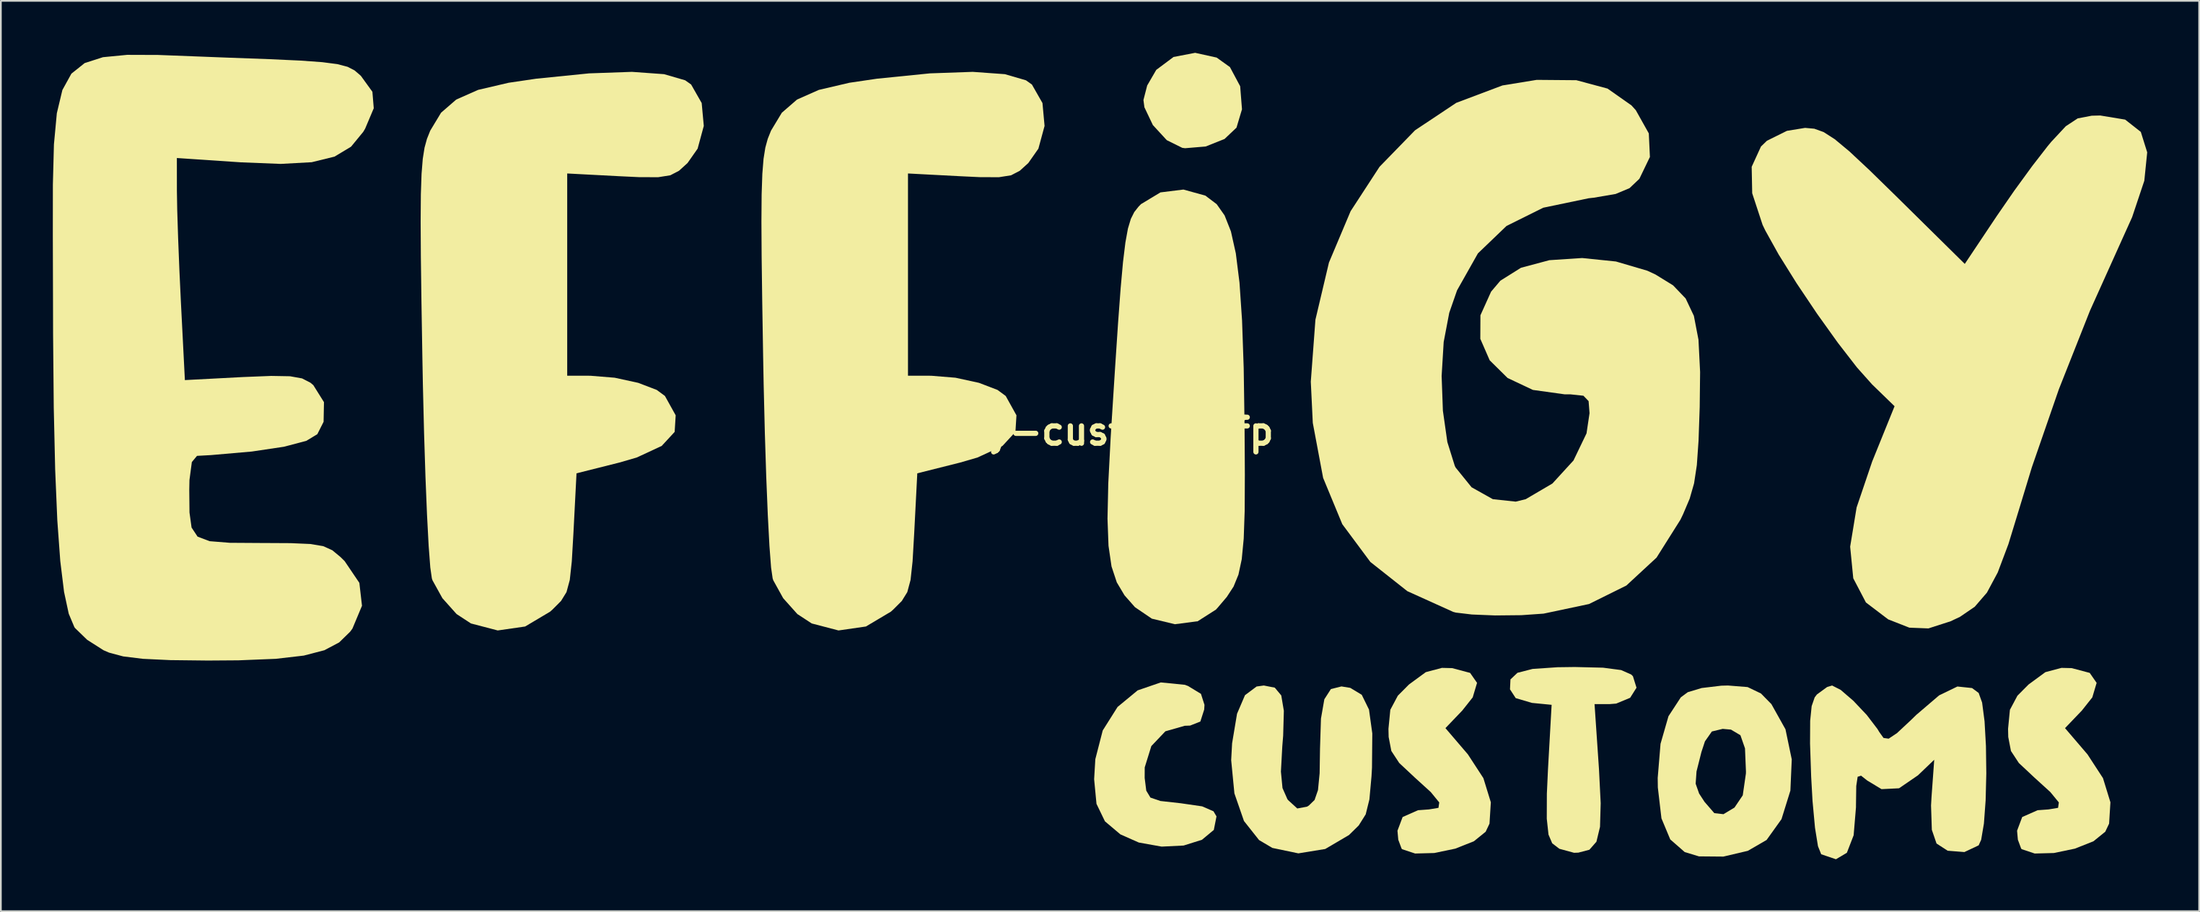
<source format=kicad_pcb>
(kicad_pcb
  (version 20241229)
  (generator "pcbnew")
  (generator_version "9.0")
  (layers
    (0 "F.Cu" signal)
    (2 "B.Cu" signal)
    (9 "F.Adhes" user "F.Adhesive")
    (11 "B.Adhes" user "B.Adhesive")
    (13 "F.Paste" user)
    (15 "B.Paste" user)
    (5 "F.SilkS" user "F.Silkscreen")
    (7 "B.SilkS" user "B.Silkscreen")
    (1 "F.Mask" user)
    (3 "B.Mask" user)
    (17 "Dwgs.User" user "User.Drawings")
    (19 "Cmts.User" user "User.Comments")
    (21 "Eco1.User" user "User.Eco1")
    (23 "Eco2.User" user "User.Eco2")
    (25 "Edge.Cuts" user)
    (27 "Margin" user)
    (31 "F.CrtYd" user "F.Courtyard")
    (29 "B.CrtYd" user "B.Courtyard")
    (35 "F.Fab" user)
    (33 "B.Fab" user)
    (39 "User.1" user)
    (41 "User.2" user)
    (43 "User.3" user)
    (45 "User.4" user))
  (footprint "effigy-customs-fp"
    (layer "F.Cu")
    (at 59.751 21.864)
    (property "Reference" "effigy-customs-fp" (at 0 0 0) (layer "F.SilkS") (effects (font (size 1.5 1.5) (thickness 0.3))))
    (attr board_only exclude_from_pos_files exclude_from_bom)
    (fp_poly (pts (xy 7.446 -21.59) (xy 8.214 -21.04) (xy 8.805 -19.935) (xy 8.91 -18.603) (xy 8.593 -17.544) (xy 7.902 -16.889) (xy 6.811 -16.455) (xy 5.628 -16.356) (xy 5.463 -16.377) (xy 4.567 -16.821) (xy 3.764 -17.693) (xy 3.276 -18.718) (xy 3.22 -19.139) (xy 3.436 -19.977) (xy 3.958 -20.876) (xy 3.961 -20.88) (xy 4.957 -21.624) (xy 6.206 -21.864)) (stroke (width 0) (type solid)) (fill yes) (layer "F.SilkS"))
    (fp_poly (pts (xy 29.757 13.639) (xy 30.8 13.776) (xy 31.381 14.032) (xy 31.482 14.131) (xy 31.689 14.795) (xy 31.322 15.377) (xy 30.516 15.712) (xy 30.151 15.741) (xy 29.266 15.741) (xy 29.522 19.498) (xy 29.621 21.465) (xy 29.582 22.827) (xy 29.375 23.688) (xy 28.969 24.151) (xy 28.333 24.318) (xy 28.083 24.327) (xy 27.235 24.096) (xy 26.822 23.779) (xy 26.608 23.279) (xy 26.508 22.36) (xy 26.513 20.916) (xy 26.578 19.507) (xy 26.788 15.783) (xy 25.65 15.672) (xy 24.714 15.396) (xy 24.384 14.889) (xy 24.411 14.317) (xy 24.814 13.935) (xy 25.689 13.711) (xy 27.13 13.613) (xy 28.129 13.6)) (stroke (width 0) (type solid)) (fill yes) (layer "F.SilkS"))
    (fp_poly (pts (xy 5.613 14.628) (xy 5.798 14.698) (xy 6.541 15.15) (xy 6.745 15.787) (xy 6.727 16.06) (xy 6.506 16.749) (xy 5.913 16.982) (xy 5.605 16.993) (xy 4.487 17.312) (xy 3.676 18.165) (xy 3.294 19.395) (xy 3.291 20.006) (xy 3.383 20.74) (xy 3.624 21.14) (xy 4.199 21.336) (xy 5.292 21.458) (xy 5.363 21.465) (xy 6.61 21.646) (xy 7.265 21.931) (xy 7.438 22.226) (xy 7.284 23.006) (xy 6.598 23.576) (xy 5.54 23.908) (xy 4.27 23.97) (xy 2.951 23.734) (xy 1.888 23.263) (xy 0.997 22.51) (xy 0.509 21.501) (xy 0.373 20.079) (xy 0.442 18.921) (xy 0.869 17.264) (xy 1.725 15.907) (xy 2.885 14.949) (xy 4.223 14.49)) (stroke (width 0) (type solid)) (fill yes) (layer "F.SilkS"))
    (fp_poly (pts (xy 21.043 13.664) (xy 22.082 13.94) (xy 22.482 14.515) (xy 22.232 15.353) (xy 21.63 16.112) (xy 20.657 17.129) (xy 21.955 18.646) (xy 22.848 20.017) (xy 23.278 21.411) (xy 23.201 22.643) (xy 22.98 23.111) (xy 22.302 23.66) (xy 21.229 24.087) (xy 20.013 24.34) (xy 18.907 24.369) (xy 18.163 24.122) (xy 18.126 24.088) (xy 17.934 23.574) (xy 17.887 23.053) (xy 18.185 22.262) (xy 19.073 21.869) (xy 19.705 21.823) (xy 20.255 21.732) (xy 20.299 21.419) (xy 19.809 20.82) (xy 18.885 19.98) (xy 17.989 19.141) (xy 17.534 18.449) (xy 17.378 17.64) (xy 17.367 17.171) (xy 17.474 16.071) (xy 17.908 15.256) (xy 18.549 14.611) (xy 19.523 13.897) (xy 20.452 13.65)) (stroke (width 0) (type solid)) (fill yes) (layer "F.SilkS"))
    (fp_poly (pts (xy 56.817 13.664) (xy 57.857 13.94) (xy 58.256 14.515) (xy 58.007 15.353) (xy 57.405 16.112) (xy 56.431 17.129) (xy 57.73 18.646) (xy 58.623 20.017) (xy 59.052 21.411) (xy 58.976 22.643) (xy 58.754 23.111) (xy 58.076 23.66) (xy 57.004 24.087) (xy 55.788 24.34) (xy 54.682 24.369) (xy 53.938 24.122) (xy 53.9 24.088) (xy 53.709 23.574) (xy 53.662 23.053) (xy 53.959 22.262) (xy 54.848 21.869) (xy 55.48 21.823) (xy 56.03 21.732) (xy 56.074 21.419) (xy 55.583 20.82) (xy 54.659 19.98) (xy 53.764 19.141) (xy 53.309 18.449) (xy 53.153 17.64) (xy 53.142 17.171) (xy 53.249 16.071) (xy 53.683 15.256) (xy 54.324 14.611) (xy 55.297 13.897) (xy 56.227 13.65)) (stroke (width 0) (type solid)) (fill yes) (layer "F.SilkS"))
    (fp_poly (pts (xy 10.803 14.792) (xy 11.178 15.242) (xy 11.327 16.128) (xy 11.287 17.566) (xy 11.237 18.184) (xy 11.158 19.641) (xy 11.249 20.59) (xy 11.53 21.227) (xy 11.574 21.286) (xy 12.102 21.768) (xy 12.657 21.666) (xy 12.768 21.601) (xy 13.101 21.277) (xy 13.298 20.708) (xy 13.393 19.733) (xy 13.415 18.312) (xy 13.47 16.578) (xy 13.665 15.462) (xy 14.044 14.873) (xy 14.653 14.721) (xy 15.162 14.804) (xy 15.825 15.204) (xy 16.243 16.057) (xy 16.434 17.436) (xy 16.416 19.416) (xy 16.388 19.91) (xy 16.267 21.244) (xy 16.053 22.108) (xy 15.651 22.748) (xy 15.089 23.301) (xy 13.716 24.108) (xy 12.165 24.36) (xy 10.663 24.046) (xy 9.895 23.592) (xy 9.024 22.491) (xy 8.472 20.897) (xy 8.286 18.979) (xy 8.339 18.007) (xy 8.624 16.299) (xy 9.083 15.227) (xy 9.754 14.725) (xy 10.17 14.668)) (stroke (width 0) (type solid)) (fill yes) (layer "F.SilkS"))
    (fp_poly (pts (xy 6.794 -13.62) (xy 7.45 -13.124) (xy 7.906 -12.476) (xy 8.271 -11.554) (xy 8.554 -10.285) (xy 8.766 -8.595) (xy 8.914 -6.413) (xy 9.009 -3.663) (xy 9.059 -0.273) (xy 9.059 -0.226) (xy 9.075 2.488) (xy 9.065 4.591) (xy 9.01 6.186) (xy 8.896 7.376) (xy 8.706 8.265) (xy 8.423 8.957) (xy 8.032 9.555) (xy 7.516 10.163) (xy 7.406 10.285) (xy 6.353 10.957) (xy 5.038 11.129) (xy 3.705 10.808) (xy 2.732 10.147) (xy 2.128 9.462) (xy 1.681 8.712) (xy 1.377 7.793) (xy 1.203 6.602) (xy 1.145 5.036) (xy 1.19 2.993) (xy 1.326 0.369) (xy 1.378 -0.47) (xy 1.582 -3.674) (xy 1.753 -6.241) (xy 1.902 -8.25) (xy 2.04 -9.78) (xy 2.178 -10.909) (xy 2.324 -11.714) (xy 2.492 -12.274) (xy 2.689 -12.667) (xy 2.928 -12.972) (xy 3.078 -13.127) (xy 4.202 -13.805) (xy 5.53 -13.969)) (stroke (width 0) (type solid)) (fill yes) (layer "F.SilkS"))
    (fp_poly (pts (xy 38.103 14.758) (xy 38.873 15.127) (xy 39.478 15.743) (xy 40.29 17.195) (xy 40.653 18.933) (xy 40.574 20.736) (xy 40.061 22.385) (xy 39.2 23.587) (xy 38.117 24.214) (xy 36.705 24.546) (xy 35.296 24.534) (xy 34.474 24.286) (xy 33.637 23.555) (xy 33.129 22.339) (xy 32.921 20.558) (xy 32.918 20.338) (xy 35.104 20.338) (xy 35.304 20.906) (xy 35.616 21.385) (xy 36.182 22.038) (xy 36.71 22.098) (xy 37.347 21.715) (xy 37.824 21.008) (xy 38.006 19.748) (xy 38.008 19.625) (xy 37.953 18.297) (xy 37.689 17.539) (xy 37.143 17.214) (xy 36.665 17.172) (xy 36.041 17.322) (xy 35.64 17.893) (xy 35.436 18.513) (xy 35.154 19.631) (xy 35.104 20.338) (xy 32.918 20.338) (xy 32.913 20.005) (xy 33.076 18.035) (xy 33.535 16.441) (xy 34.246 15.352) (xy 34.648 15.054) (xy 35.451 14.813) (xy 36.585 14.678) (xy 36.971 14.668)) (stroke (width 0) (type solid)) (fill yes) (layer "F.SilkS"))
    (fp_poly (pts (xy 43.478 14.921) (xy 44.211 15.552) (xy 44.984 16.37) (xy 45.603 17.181) (xy 45.705 17.351) (xy 45.952 17.696) (xy 46.248 17.738) (xy 46.733 17.413) (xy 47.542 16.658) (xy 47.84 16.367) (xy 49.162 15.237) (xy 50.218 14.726) (xy 51.063 14.815) (xy 51.444 15.097) (xy 51.644 15.653) (xy 51.785 16.736) (xy 51.865 18.162) (xy 51.886 19.744) (xy 51.847 21.298) (xy 51.748 22.638) (xy 51.589 23.578) (xy 51.444 23.897) (xy 50.62 24.285) (xy 49.655 24.208) (xy 49.012 23.791) (xy 48.741 23.002) (xy 48.695 21.597) (xy 48.723 21.105) (xy 48.879 18.954) (xy 47.942 19.852) (xy 46.848 20.602) (xy 45.836 20.652) (xy 45.015 20.157) (xy 44.653 19.873) (xy 44.457 19.938) (xy 44.377 20.47) (xy 44.361 21.59) (xy 44.361 21.696) (xy 44.226 23.316) (xy 43.835 24.326) (xy 43.205 24.7) (xy 42.358 24.414) (xy 42.353 24.411) (xy 42.167 23.947) (xy 41.995 22.882) (xy 41.852 21.328) (xy 41.773 19.924) (xy 41.709 18.02) (xy 41.716 16.706) (xy 41.802 15.858) (xy 41.976 15.354) (xy 42.107 15.183) (xy 42.695 14.755) (xy 42.983 14.668)) (stroke (width 0) (type solid)) (fill yes) (layer "F.SilkS"))
    (fp_poly (pts (xy 59.903 -18.008) (xy 60.807 -17.298) (xy 61.176 -16.119) (xy 61.009 -14.477) (xy 60.305 -12.373) (xy 59.765 -11.177) (xy 57.87 -6.97) (xy 56.075 -2.436) (xy 54.515 2.07) (xy 53.841 4.287) (xy 53.162 6.506) (xy 52.546 8.14) (xy 51.922 9.305) (xy 51.219 10.12) (xy 50.367 10.702) (xy 49.828 10.957) (xy 48.544 11.371) (xy 47.442 11.328) (xy 46.22 10.849) (xy 44.935 9.873) (xy 44.204 8.477) (xy 44.025 6.652) (xy 44.397 4.388) (xy 45.296 1.735) (xy 46.589 -1.458) (xy 45.289 -2.72) (xy 44.416 -3.699) (xy 43.316 -5.12) (xy 42.112 -6.802) (xy 40.93 -8.563) (xy 39.893 -10.224) (xy 39.126 -11.603) (xy 38.968 -11.932) (xy 38.369 -13.755) (xy 38.339 -15.283) (xy 38.875 -16.454) (xy 39.221 -16.788) (xy 40.374 -17.359) (xy 41.423 -17.53) (xy 41.955 -17.482) (xy 42.494 -17.288) (xy 43.137 -16.875) (xy 43.984 -16.17) (xy 45.132 -15.097) (xy 46.662 -13.602) (xy 50.643 -9.675) (xy 52.495 -12.447) (xy 53.498 -13.9) (xy 54.537 -15.326) (xy 55.428 -16.475) (xy 55.642 -16.732) (xy 56.475 -17.625) (xy 57.162 -18.078) (xy 57.973 -18.233) (xy 58.464 -18.245)) (stroke (width 0) (type solid)) (fill yes) (layer "F.SilkS"))
    (fp_poly (pts (xy -24.456 -20.631) (xy -23.241 -20.278) (xy -22.896 -20.034) (xy -22.286 -18.964) (xy -22.165 -17.643) (xy -22.521 -16.331) (xy -23.102 -15.502) (xy -23.597 -15.053) (xy -24.1 -14.792) (xy -24.8 -14.682) (xy -25.885 -14.685) (xy -27.037 -14.739) (xy -30.051 -14.897) (xy -30.051 -9.058) (xy -30.051 -3.22) (xy -28.709 -3.218) (xy -27.309 -3.104) (xy -25.953 -2.809) (xy -24.883 -2.4) (xy -24.409 -2.051) (xy -23.788 -0.934) (xy -23.847 0.024) (xy -24.594 0.833) (xy -26.035 1.503) (xy -27.042 1.795) (xy -29.514 2.416) (xy -29.693 5.89) (xy -29.786 7.5) (xy -29.902 8.571) (xy -30.092 9.275) (xy -30.407 9.786) (xy -30.9 10.28) (xy -31.04 10.405) (xy -32.48 11.261) (xy -34.062 11.489) (xy -35.609 11.085) (xy -36.439 10.542) (xy -37.257 9.627) (xy -37.828 8.596) (xy -37.865 8.485) (xy -37.956 7.853) (xy -38.051 6.601) (xy -38.145 4.825) (xy -38.235 2.62) (xy -38.316 0.081) (xy -38.384 -2.696) (xy -38.414 -4.293) (xy -38.467 -7.511) (xy -38.501 -10.096) (xy -38.513 -12.13) (xy -38.501 -13.694) (xy -38.461 -14.87) (xy -38.391 -15.742) (xy -38.288 -16.39) (xy -38.149 -16.896) (xy -37.97 -17.344) (xy -37.955 -17.378) (xy -37.335 -18.405) (xy -36.457 -19.166) (xy -35.199 -19.723) (xy -33.437 -20.135) (xy -31.839 -20.37) (xy -28.783 -20.678) (xy -26.313 -20.765)) (stroke (width 0) (type solid)) (fill yes) (layer "F.SilkS"))
    (fp_poly (pts (xy -4.78 -20.631) (xy -3.565 -20.278) (xy -3.22 -20.034) (xy -2.61 -18.964) (xy -2.489 -17.643) (xy -2.845 -16.331) (xy -3.426 -15.502) (xy -3.921 -15.053) (xy -4.424 -14.792) (xy -5.124 -14.682) (xy -6.209 -14.685) (xy -7.361 -14.739) (xy -10.375 -14.897) (xy -10.375 -9.058) (xy -10.375 -3.22) (xy -9.033 -3.218) (xy -7.633 -3.104) (xy -6.277 -2.809) (xy -5.207 -2.4) (xy -4.733 -2.051) (xy -4.112 -0.934) (xy -4.171 0.024) (xy -4.918 0.833) (xy -6.359 1.503) (xy -7.366 1.795) (xy -9.838 2.416) (xy -10.017 5.89) (xy -10.11 7.5) (xy -10.226 8.571) (xy -10.415 9.275) (xy -10.731 9.786) (xy -11.224 10.28) (xy -11.364 10.405) (xy -12.804 11.261) (xy -14.386 11.489) (xy -15.933 11.085) (xy -16.763 10.542) (xy -17.581 9.627) (xy -18.152 8.596) (xy -18.189 8.485) (xy -18.28 7.853) (xy -18.375 6.601) (xy -18.469 4.825) (xy -18.559 2.62) (xy -18.64 0.081) (xy -18.708 -2.696) (xy -18.738 -4.293) (xy -18.791 -7.511) (xy -18.825 -10.096) (xy -18.837 -12.13) (xy -18.825 -13.694) (xy -18.785 -14.87) (xy -18.715 -15.742) (xy -18.612 -16.39) (xy -18.473 -16.896) (xy -18.294 -17.344) (xy -18.279 -17.378) (xy -17.659 -18.405) (xy -16.781 -19.166) (xy -15.523 -19.723) (xy -13.761 -20.135) (xy -12.163 -20.37) (xy -9.107 -20.678) (xy -6.637 -20.765)) (stroke (width 0) (type solid)) (fill yes) (layer "F.SilkS"))
    (fp_poly (pts (xy 28.216 -20.283) (xy 30.017 -19.799) (xy 31.397 -18.829) (xy 31.649 -18.551) (xy 32.399 -17.212) (xy 32.463 -15.852) (xy 31.855 -14.59) (xy 31.285 -14.049) (xy 30.484 -13.714) (xy 29.231 -13.5) (xy 28.923 -13.466) (xy 26.303 -12.92) (xy 24.183 -11.867) (xy 22.533 -10.284) (xy 21.327 -8.148) (xy 20.877 -6.853) (xy 20.556 -5.169) (xy 20.437 -3.205) (xy 20.51 -1.199) (xy 20.767 0.61) (xy 21.196 1.983) (xy 21.247 2.085) (xy 22.167 3.222) (xy 23.393 3.909) (xy 24.715 4.051) (xy 25.293 3.909) (xy 26.833 3.005) (xy 28.05 1.675) (xy 28.803 0.109) (xy 28.977 -1.055) (xy 28.923 -1.753) (xy 28.624 -2.064) (xy 27.876 -2.144) (xy 27.535 -2.146) (xy 25.705 -2.4) (xy 24.244 -3.09) (xy 23.212 -4.109) (xy 22.67 -5.351) (xy 22.677 -6.708) (xy 23.293 -8.074) (xy 23.83 -8.708) (xy 25.019 -9.453) (xy 26.659 -9.891) (xy 28.553 -10.015) (xy 30.502 -9.815) (xy 32.309 -9.284) (xy 32.782 -9.065) (xy 33.8 -8.438) (xy 34.526 -7.681) (xy 35.002 -6.675) (xy 35.267 -5.298) (xy 35.361 -3.433) (xy 35.338 -1.416) (xy 35.271 0.529) (xy 35.173 1.939) (xy 35.013 2.995) (xy 34.76 3.877) (xy 34.383 4.767) (xy 34.225 5.096) (xy 32.846 7.283) (xy 31.104 8.895) (xy 28.947 9.963) (xy 26.323 10.518) (xy 25.042 10.607) (xy 23.523 10.622) (xy 22.184 10.568) (xy 21.259 10.458) (xy 21.107 10.418) (xy 18.456 9.22) (xy 16.321 7.533) (xy 14.701 5.353) (xy 13.594 2.678) (xy 12.998 -0.497) (xy 12.883 -2.876) (xy 13.15 -6.454) (xy 13.931 -9.755) (xy 15.181 -12.719) (xy 16.853 -15.285) (xy 18.902 -17.391) (xy 21.282 -18.976) (xy 23.948 -19.98) (xy 25.925 -20.302)) (stroke (width 0) (type solid)) (fill yes) (layer "F.SilkS"))
    (fp_poly (pts (xy -53.677 -21.741) (xy -51.462 -21.656) (xy -49.628 -21.585) (xy -47.244 -21.498) (xy -45.469 -21.416) (xy -44.197 -21.325) (xy -43.321 -21.211) (xy -42.736 -21.058) (xy -42.334 -20.852) (xy -42.011 -20.578) (xy -41.96 -20.528) (xy -41.299 -19.615) (xy -41.221 -18.662) (xy -41.719 -17.484) (xy -41.83 -17.298) (xy -42.531 -16.445) (xy -43.484 -15.871) (xy -44.803 -15.548) (xy -46.598 -15.45) (xy -48.885 -15.541) (xy -52.589 -15.789) (xy -52.587 -13.887) (xy -52.568 -12.768) (xy -52.516 -11.156) (xy -52.441 -9.274) (xy -52.356 -7.476) (xy -52.126 -2.967) (xy -48.773 -3.143) (xy -47.141 -3.208) (xy -46.058 -3.189) (xy -45.359 -3.064) (xy -44.88 -2.817) (xy -44.711 -2.677) (xy -44.095 -1.693) (xy -44.117 -0.559) (xy -44.48 0.158) (xy -45.121 0.543) (xy -46.405 0.881) (xy -48.261 1.158) (xy -50.616 1.363) (xy -51.426 1.408) (xy -51.724 1.766) (xy -51.862 2.806) (xy -51.873 3.369) (xy -51.86 4.677) (xy -51.74 5.548) (xy -51.393 6.072) (xy -50.697 6.335) (xy -49.532 6.428) (xy -47.777 6.439) (xy -47.693 6.439) (xy -46.012 6.448) (xy -44.881 6.497) (xy -44.136 6.622) (xy -43.612 6.86) (xy -43.144 7.247) (xy -42.902 7.485) (xy -42.052 8.741) (xy -41.9 10.064) (xy -42.452 11.382) (xy -42.588 11.566) (xy -43.219 12.181) (xy -44.074 12.632) (xy -45.258 12.94) (xy -46.876 13.127) (xy -49.033 13.214) (xy -50.8 13.226) (xy -52.969 13.202) (xy -54.555 13.127) (xy -55.689 12.987) (xy -56.502 12.77) (xy -56.823 12.632) (xy -57.769 12.029) (xy -58.469 11.35) (xy -58.509 11.292) (xy -58.832 10.524) (xy -59.102 9.265) (xy -59.321 7.479) (xy -59.492 5.132) (xy -59.616 2.191) (xy -59.697 -1.38) (xy -59.736 -5.616) (xy -59.741 -7.781) (xy -59.751 -11.343) (xy -59.748 -14.254) (xy -59.687 -16.578) (xy -59.519 -18.377) (xy -59.199 -19.717) (xy -58.679 -20.66) (xy -57.914 -21.271) (xy -56.856 -21.612) (xy -55.459 -21.747)) (stroke (width 0) (type solid)) (fill yes) (layer "F.SilkS")))
  (gr_rect
    (start -3 -3)
    (end 123.927 49.564)
    (stroke (width 0.1) (type default))
    (fill no)
    (layer "Edge.Cuts")))
</source>
